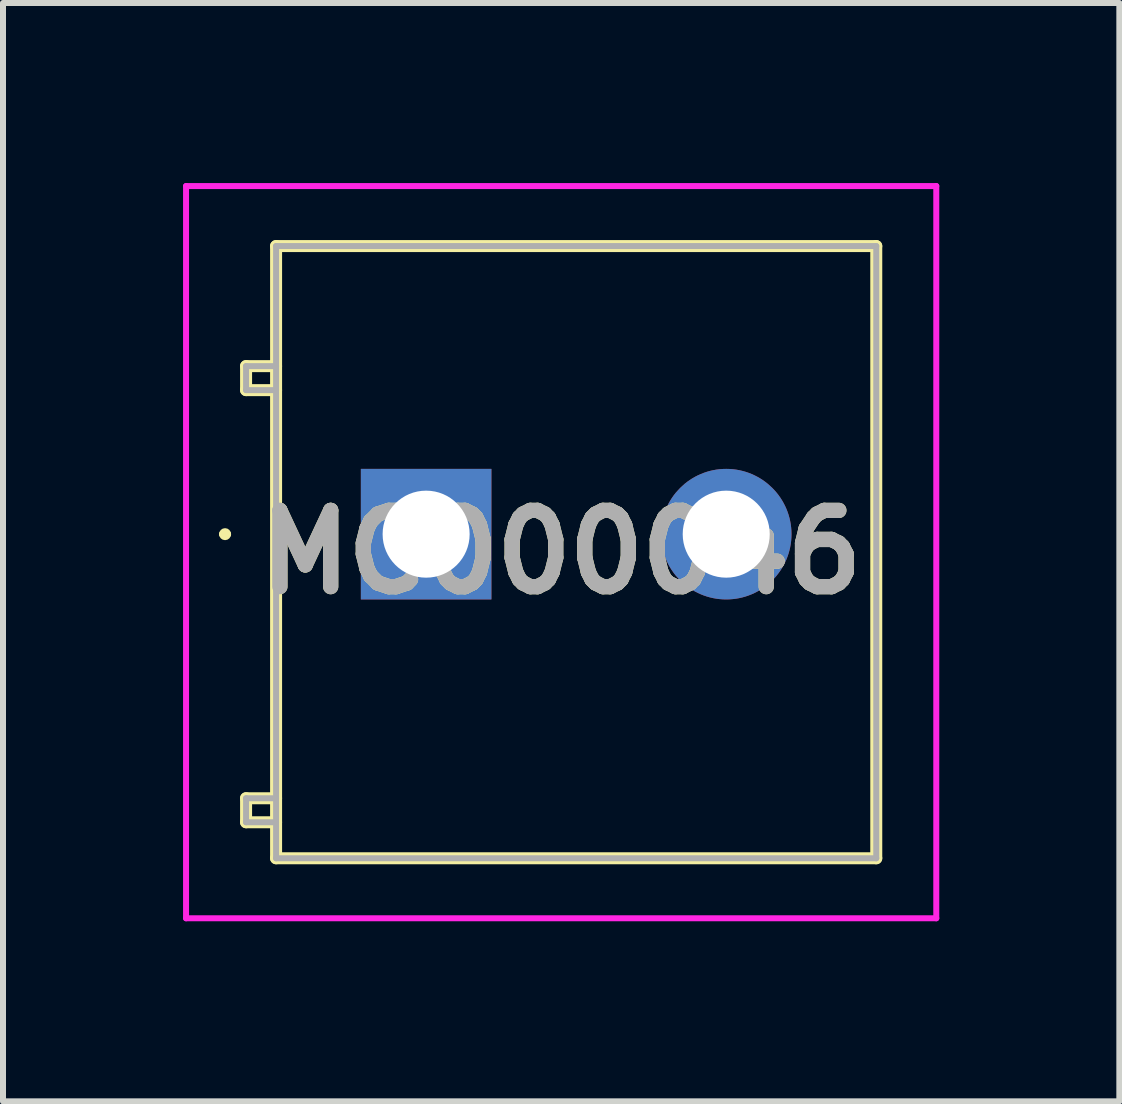
<source format=kicad_pcb>
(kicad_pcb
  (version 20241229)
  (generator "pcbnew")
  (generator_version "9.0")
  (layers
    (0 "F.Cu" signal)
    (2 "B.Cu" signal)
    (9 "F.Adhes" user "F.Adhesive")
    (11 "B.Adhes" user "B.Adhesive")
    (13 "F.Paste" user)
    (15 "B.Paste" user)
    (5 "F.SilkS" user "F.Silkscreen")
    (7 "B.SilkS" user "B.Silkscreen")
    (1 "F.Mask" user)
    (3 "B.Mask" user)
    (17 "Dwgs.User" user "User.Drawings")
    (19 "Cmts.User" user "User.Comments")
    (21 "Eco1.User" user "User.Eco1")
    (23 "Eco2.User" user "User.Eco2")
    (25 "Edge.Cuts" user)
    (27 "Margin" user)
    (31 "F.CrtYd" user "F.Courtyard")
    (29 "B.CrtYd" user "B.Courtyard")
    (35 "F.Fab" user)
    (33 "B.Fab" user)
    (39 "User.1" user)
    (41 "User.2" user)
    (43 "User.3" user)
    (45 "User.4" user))
  (footprint "MC000046"
    (layer "F.Cu")
    (at 4.05 5.85)
    (property "Reference" "MC000046" (at 2.25 0.3 0) (layer "F.SilkS") (effects (font (size 1.27 1.27) (thickness 0.254))))
    (attr through_hole)
    (fp_line (start -3.4 0) (end -3.4 0) (stroke (width 0.1) (type solid)) (layer "F.SilkS"))
    (fp_line (start -3.3 0) (end -3.3 0) (stroke (width 0.1) (type solid)) (layer "F.SilkS"))
    (fp_line (start -3 -2.8) (end -2.5 -2.8) (stroke (width 0.2) (type solid)) (layer "F.SilkS"))
    (fp_line (start -3 -2.4) (end -3 -2.8) (stroke (width 0.2) (type solid)) (layer "F.SilkS"))
    (fp_line (start -3 4.4) (end -2.5 4.4) (stroke (width 0.2) (type solid)) (layer "F.SilkS"))
    (fp_line (start -3 4.8) (end -3 4.4) (stroke (width 0.2) (type solid)) (layer "F.SilkS"))
    (fp_line (start -2.5 -4.8) (end 7.5 -4.8) (stroke (width 0.2) (type solid)) (layer "F.SilkS"))
    (fp_line (start -2.5 -2.4) (end -3 -2.4) (stroke (width 0.2) (type solid)) (layer "F.SilkS"))
    (fp_line (start -2.5 4.8) (end -3 4.8) (stroke (width 0.2) (type solid)) (layer "F.SilkS"))
    (fp_line (start -2.5 5.4) (end -2.5 -4.8) (stroke (width 0.2) (type solid)) (layer "F.SilkS"))
    (fp_line (start 7.5 -4.8) (end 7.5 5.4) (stroke (width 0.2) (type solid)) (layer "F.SilkS"))
    (fp_line (start 7.5 5.4) (end -2.5 5.4) (stroke (width 0.2) (type solid)) (layer "F.SilkS"))
    (fp_arc (start -3.4 0) (mid -3.35 -0.05) (end -3.3 0) (stroke (width 0.1) (type solid)) (layer "F.SilkS"))
    (fp_arc (start -3.3 0) (mid -3.35 0.05) (end -3.4 0) (stroke (width 0.1) (type solid)) (layer "F.SilkS"))
    (fp_line (start -4 -5.8) (end 8.5 -5.8) (stroke (width 0.1) (type solid)) (layer "F.CrtYd"))
    (fp_line (start -4 6.4) (end -4 -5.8) (stroke (width 0.1) (type solid)) (layer "F.CrtYd"))
    (fp_line (start 8.5 -5.8) (end 8.5 6.4) (stroke (width 0.1) (type solid)) (layer "F.CrtYd"))
    (fp_line (start 8.5 6.4) (end -4 6.4) (stroke (width 0.1) (type solid)) (layer "F.CrtYd"))
    (fp_line (start -3 -2.8) (end -3 -2.4) (stroke (width 0.1) (type solid)) (layer "F.Fab"))
    (fp_line (start -3 -2.4) (end -2.5 -2.4) (stroke (width 0.1) (type solid)) (layer "F.Fab"))
    (fp_line (start -3 4.4) (end -3 4.8) (stroke (width 0.1) (type solid)) (layer "F.Fab"))
    (fp_line (start -3 4.8) (end -2.5 4.8) (stroke (width 0.1) (type solid)) (layer "F.Fab"))
    (fp_line (start -2.5 -4.8) (end 7.5 -4.8) (stroke (width 0.1) (type solid)) (layer "F.Fab"))
    (fp_line (start -2.5 -2.8) (end -3 -2.8) (stroke (width 0.1) (type solid)) (layer "F.Fab"))
    (fp_line (start -2.5 4.4) (end -3 4.4) (stroke (width 0.1) (type solid)) (layer "F.Fab"))
    (fp_line (start -2.5 5.4) (end -2.5 -4.8) (stroke (width 0.1) (type solid)) (layer "F.Fab"))
    (fp_line (start 7.5 -4.8) (end 7.5 5.4) (stroke (width 0.1) (type solid)) (layer "F.Fab"))
    (fp_line (start 7.5 5.4) (end -2.5 5.4) (stroke (width 0.1) (type solid)) (layer "F.Fab"))
    (fp_text user "${REFERENCE}" (at 2.25 0.3 0) (layer "F.Fab") (effects (font (size 1.27 1.27) (thickness 0.254))))
    (pad "1" thru_hole rect (at 0 0) (size 2.175 2.175) (drill 1.45) (layers "*.Cu" "*.Mask"))
    (pad "2" thru_hole circle (at 5 0) (size 2.175 2.175) (drill 1.45) (layers "*.Cu" "*.Mask")))
  (gr_rect
    (start -3 -3)
    (end 15.6 15.3)
    (stroke (width 0.1) (type default))
    (fill no)
    (layer "Edge.Cuts")))
</source>
